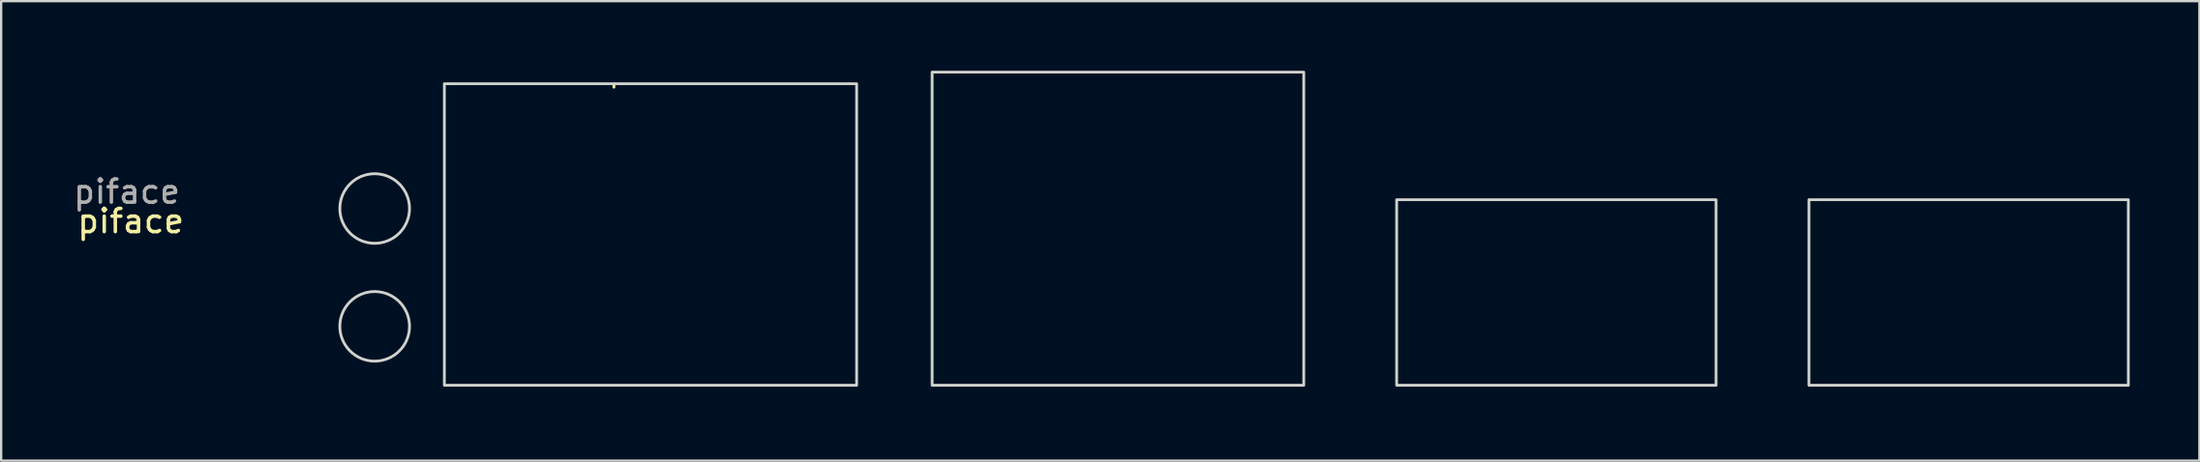
<source format=kicad_pcb>
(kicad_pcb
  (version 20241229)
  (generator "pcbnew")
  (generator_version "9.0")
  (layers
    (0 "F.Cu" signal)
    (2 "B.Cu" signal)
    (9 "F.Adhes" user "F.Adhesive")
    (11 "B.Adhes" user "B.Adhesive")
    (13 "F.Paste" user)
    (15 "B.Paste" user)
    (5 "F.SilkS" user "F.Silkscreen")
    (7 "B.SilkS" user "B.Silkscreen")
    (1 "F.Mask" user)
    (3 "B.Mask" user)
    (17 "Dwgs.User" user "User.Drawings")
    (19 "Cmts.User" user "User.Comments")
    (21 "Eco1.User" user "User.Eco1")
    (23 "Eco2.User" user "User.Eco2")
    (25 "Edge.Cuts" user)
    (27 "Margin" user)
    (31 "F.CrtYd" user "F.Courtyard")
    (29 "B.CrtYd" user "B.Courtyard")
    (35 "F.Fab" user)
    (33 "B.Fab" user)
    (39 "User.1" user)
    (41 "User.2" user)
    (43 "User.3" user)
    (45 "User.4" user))
  (footprint "piface"
    (layer "F.Cu")
    (at 9.331 13.56)
    (property "Reference" "piface" (at -6.75 -7.08 0) (unlocked yes) (layer "F.SilkS") (effects (font (size 1 1) (thickness 0.15))))
    (fp_rect (start 14.05 -12.85) (end 14.05 -12.96) (stroke (width 0.12) (type solid)) (fill no) (layer "F.SilkS"))
    (fp_rect (start 6.75 -13) (end 24.5 0) (stroke (width 0.12) (type solid)) (fill no) (layer "Edge.Cuts"))
    (fp_rect (start 27.75 0) (end 43.75 -13.5) (stroke (width 0.12) (type solid)) (fill no) (layer "Edge.Cuts"))
    (fp_rect (start 47.75 0) (end 61.5 -8) (stroke (width 0.12) (type solid)) (fill no) (layer "Edge.Cuts"))
    (fp_rect (start 65.5 0) (end 79.25 -8) (stroke (width 0.12) (type solid)) (fill no) (layer "Edge.Cuts"))
    (fp_circle (center 3.75 -7.62) (end 5.25 -7.62) (stroke (width 0.12) (type solid)) (fill no) (layer "Edge.Cuts"))
    (fp_circle (center 3.75 -2.54) (end 5.25 -2.54) (stroke (width 0.12) (type solid)) (fill no) (layer "Edge.Cuts"))
    (fp_text user "${REFERENCE}" (at -6.92 -8.35 0) (unlocked yes) (layer "F.Fab") (effects (font (size 1 1) (thickness 0.15)))))
  (gr_rect
    (start -3 -3)
    (end 91.641 16.81)
    (stroke (width 0.1) (type default))
    (fill no)
    (layer "Edge.Cuts")))
</source>
